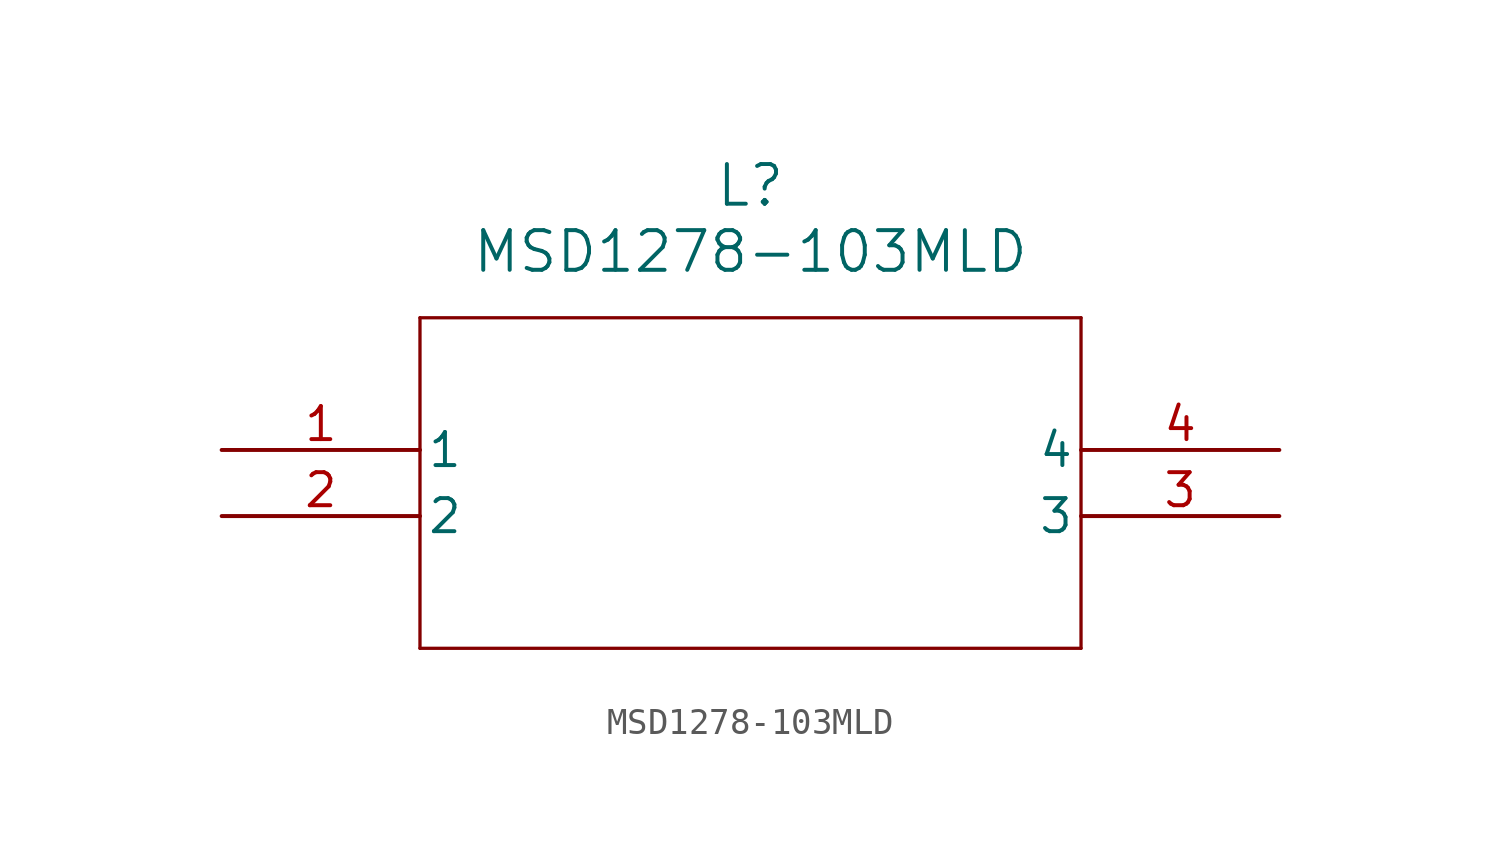
<source format=kicad_sym>
(kicad_symbol_lib
  (version 20211014)
  (generator kicad_symbol_editor)
  (symbol "MSD1278-103MLD"
    (pin_names
      (offset 0.254))
    (property "Reference" "L"
      (at 20.32 10.16 0)
      (effects (font (size 1.524 1.524))))
    (property "Value" "MSD1278-103MLD"
      (at 20.32 7.62 0)
      (effects (font (size 1.524 1.524))))
    (symbol "MSD1278-103MLD_0_1"
      (polyline (pts (xy 7.62 5.08) (xy 7.62 -7.62)) (stroke (width 0.127) (type default) (color 0 0 0 0)) (fill (type none)))
      (polyline (pts (xy 7.62 -7.62) (xy 33.02 -7.62)) (stroke (width 0.127) (type default) (color 0 0 0 0)) (fill (type none)))
      (polyline (pts (xy 33.02 -7.62) (xy 33.02 5.08)) (stroke (width 0.127) (type default) (color 0 0 0 0)) (fill (type none)))
      (polyline (pts (xy 33.02 5.08) (xy 7.62 5.08)) (stroke (width 0.127) (type default) (color 0 0 0 0)) (fill (type none)))
      (pin unspecified line (at 0 0 0) (length 7.62) (name "1" (effects (font (size 1.27 1.27)))) (number "1" (effects (font (size 1.27 1.27)))))
      (pin unspecified line (at 0 -2.54 0) (length 7.62) (name "2" (effects (font (size 1.27 1.27)))) (number "2" (effects (font (size 1.27 1.27)))))
      (pin unspecified line (at 40.64 -2.54 180) (length 7.62) (name "3" (effects (font (size 1.27 1.27)))) (number "3" (effects (font (size 1.27 1.27)))))
      (pin unspecified line (at 40.64 0 180) (length 7.62) (name "4" (effects (font (size 1.27 1.27)))) (number "4" (effects (font (size 1.27 1.27))))))))
</source>
